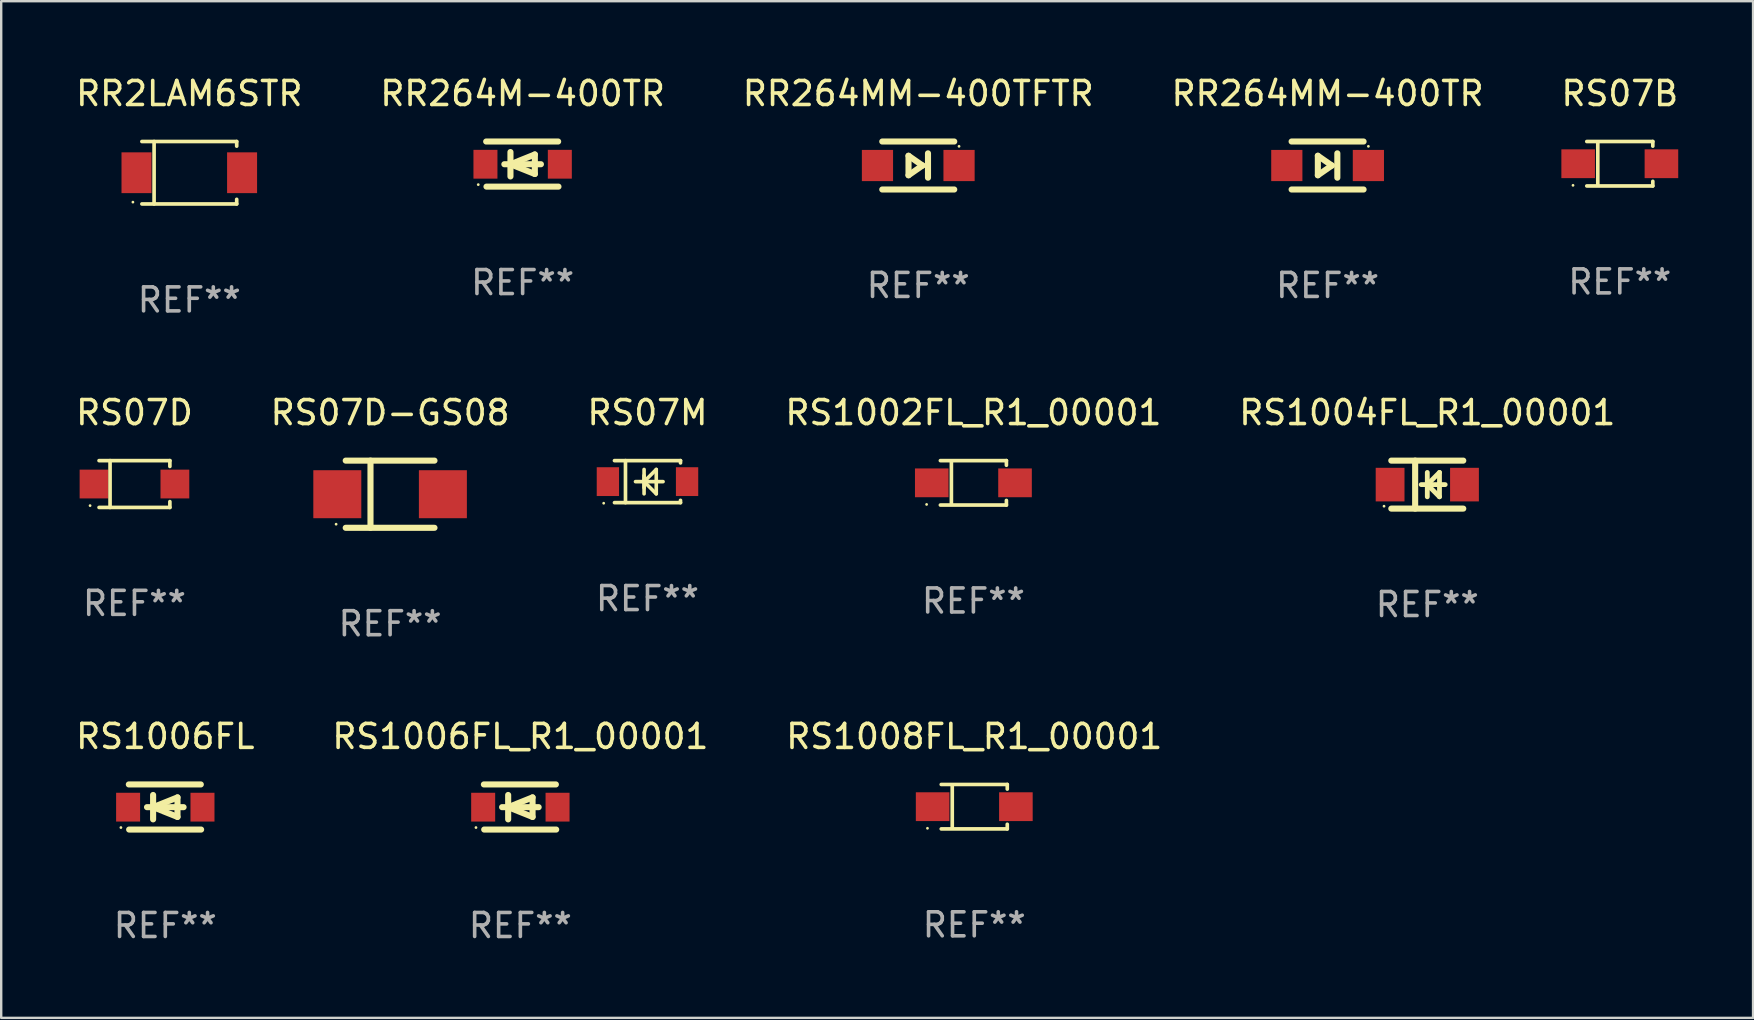
<source format=kicad_pcb>
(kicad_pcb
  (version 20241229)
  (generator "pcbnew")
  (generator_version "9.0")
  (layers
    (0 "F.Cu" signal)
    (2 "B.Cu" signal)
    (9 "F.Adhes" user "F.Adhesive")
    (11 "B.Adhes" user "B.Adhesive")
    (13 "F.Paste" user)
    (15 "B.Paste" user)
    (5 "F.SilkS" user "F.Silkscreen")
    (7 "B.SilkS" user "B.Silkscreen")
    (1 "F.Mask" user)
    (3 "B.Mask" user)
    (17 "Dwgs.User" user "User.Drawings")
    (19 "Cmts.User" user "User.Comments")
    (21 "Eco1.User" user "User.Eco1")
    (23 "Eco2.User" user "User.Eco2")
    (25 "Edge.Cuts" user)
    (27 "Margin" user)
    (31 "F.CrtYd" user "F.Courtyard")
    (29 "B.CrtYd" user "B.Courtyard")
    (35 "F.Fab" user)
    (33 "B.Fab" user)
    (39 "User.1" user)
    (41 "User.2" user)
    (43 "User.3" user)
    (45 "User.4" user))
  (footprint "RS07D-GS08"
    (layer "F.Cu")
    (at 13.208 17.547)
    (property "Reference" "RS07D-GS08" (at 0 -3.4 0) (layer "F.SilkS") (effects (font (size 1 1) (thickness 0.15))))
    (attr through_hole)
    (fp_line (start -1.85 -1.4) (end 1.85 -1.4) (stroke (width 0.254) (type solid)) (layer "F.SilkS"))
    (fp_line (start -1.85 1.4) (end 1.85 1.4) (stroke (width 0.254) (type solid)) (layer "F.SilkS"))
    (fp_line (start -0.817 -1.4) (end -0.817 1.4) (stroke (width 0.254) (type solid)) (layer "F.SilkS"))
    (fp_circle (center -2.25 1.25) (end -2.22 1.25) (stroke (width 0.06) (type solid)) (fill no) (layer "F.SilkS"))
    (fp_text user "REF**" (at 0 5.4 0) (layer "F.Fab") (effects (font (size 1 1) (thickness 0.15))))
    (pad "1" smd rect (at -2.2 -0.000013) (size 2 2) (layers "F.Cu" "F.Mask" "F.Paste"))
    (pad "2" smd rect (at 2.2 -0.000013) (size 2 2) (layers "F.Cu" "F.Mask" "F.Paste")))
  (footprint "RR2LAM6STR"
    (layer "F.Cu")
    (at 4.839 4.149)
    (property "Reference" "RR2LAM6STR" (at 0 -3.301 0) (layer "F.SilkS") (effects (font (size 1 1) (thickness 0.15))))
    (attr through_hole)
    (fp_line (start -1.976 -1.301) (end 1.976 -1.301) (stroke (width 0.152) (type solid)) (layer "F.SilkS"))
    (fp_line (start -1.976 1.301) (end 1.976 1.301) (stroke (width 0.152) (type solid)) (layer "F.SilkS"))
    (fp_line (start -1.467 -1.301) (end -1.467 1.301) (stroke (width 0.152) (type solid)) (layer "F.SilkS"))
    (fp_line (start 1.976 -1.301) (end 1.976 -1.108) (stroke (width 0.152) (type solid)) (layer "F.SilkS"))
    (fp_line (start 1.976 1.301) (end 1.976 1.108) (stroke (width 0.152) (type solid)) (layer "F.SilkS"))
    (fp_circle (center -2.35 1.225) (end -2.32 1.225) (stroke (width 0.06) (type solid)) (fill no) (layer "F.SilkS"))
    (fp_text user "REF**" (at 0 5.301 0) (layer "F.Fab") (effects (font (size 1 1) (thickness 0.15))))
    (pad "1" smd rect (at -2.2 0 180) (size 1.25 1.7) (layers "F.Cu" "F.Mask" "F.Paste"))
    (pad "2" smd rect (at 2.2 0 180) (size 1.25 1.7) (layers "F.Cu" "F.Mask" "F.Paste")))
  (footprint "RS1004FL_R1_00001"
    (layer "F.Cu")
    (at 56.435 17.147)
    (property "Reference" "RS1004FL_R1_00001" (at 0 -3 0) (layer "F.SilkS") (effects (font (size 1 1) (thickness 0.15))))
    (attr through_hole)
    (fp_line (start -1.5 -1) (end 1.5 -1) (stroke (width 0.254) (type solid)) (layer "F.SilkS"))
    (fp_line (start -1.5 1) (end 1.5 1) (stroke (width 0.254) (type solid)) (layer "F.SilkS"))
    (fp_line (start -0.506 -1) (end -0.506 1) (stroke (width 0.254) (type solid)) (layer "F.SilkS"))
    (fp_line (start -0.254 0) (end 0.746 0) (stroke (width 0.2) (type solid)) (layer "F.SilkS"))
    (fp_line (start 0.000102 -0.508) (end 0.000102 0.508) (stroke (width 0.2) (type solid)) (layer "F.SilkS"))
    (fp_line (start 0.000102 0) (end 0.508 -0.508) (stroke (width 0.2) (type solid)) (layer "F.SilkS"))
    (fp_line (start 0.508 -0.508) (end 0.508 0.508) (stroke (width 0.2) (type solid)) (layer "F.SilkS"))
    (fp_line (start 0.508 0.508) (end 0.000102 0) (stroke (width 0.2) (type solid)) (layer "F.SilkS"))
    (fp_circle (center -1.803 0.9) (end -1.773 0.9) (stroke (width 0.06) (type solid)) (fill no) (layer "F.SilkS"))
    (fp_text user "REF**" (at 0 5 0) (layer "F.Fab") (effects (font (size 1 1) (thickness 0.15))))
    (pad "1" smd rect (at -1.55 0) (size 1.2 1.4) (layers "F.Cu" "F.Mask" "F.Paste"))
    (pad "2" smd rect (at 1.55 0) (size 1.2 1.4) (layers "F.Cu" "F.Mask" "F.Paste")))
  (footprint "RS07B"
    (layer "F.Cu")
    (at 64.458 3.774)
    (property "Reference" "RS07B" (at 0 -2.926 0) (layer "F.SilkS") (effects (font (size 1 1) (thickness 0.15))))
    (attr through_hole)
    (fp_line (start -1.376 -0.926) (end 1.376 -0.926) (stroke (width 0.152) (type solid)) (layer "F.SilkS"))
    (fp_line (start -1.376 0.926) (end 1.376 0.926) (stroke (width 0.152) (type solid)) (layer "F.SilkS"))
    (fp_line (start -0.917 -0.876) (end -0.917 0.876) (stroke (width 0.152) (type solid)) (layer "F.SilkS"))
    (fp_line (start 1.376 -0.926) (end 1.376 -0.733) (stroke (width 0.152) (type solid)) (layer "F.SilkS"))
    (fp_line (start 1.376 0.926) (end 1.376 0.733) (stroke (width 0.152) (type solid)) (layer "F.SilkS"))
    (fp_circle (center -1.95 0.9) (end -1.92 0.9) (stroke (width 0.06) (type solid)) (fill no) (layer "F.SilkS"))
    (fp_text user "REF**" (at 0 4.926 0) (layer "F.Fab") (effects (font (size 1 1) (thickness 0.15))))
    (pad "1" smd rect (at -1.735 0) (size 1.4 1.2) (layers "F.Cu" "F.Mask" "F.Paste"))
    (pad "2" smd rect (at 1.735 0) (size 1.4 1.2) (layers "F.Cu" "F.Mask" "F.Paste")))
  (footprint "RS07D"
    (layer "F.Cu")
    (at 2.554 17.123)
    (property "Reference" "RS07D" (at 0 -2.976 0) (layer "F.SilkS") (effects (font (size 1 1) (thickness 0.15))))
    (attr through_hole)
    (fp_line (start -1.476 -0.976) (end 1.476 -0.976) (stroke (width 0.152) (type solid)) (layer "F.SilkS"))
    (fp_line (start -1.476 0.976) (end 1.476 0.976) (stroke (width 0.152) (type solid)) (layer "F.SilkS"))
    (fp_line (start -1.017 -0.976) (end -1.017 0.976) (stroke (width 0.152) (type solid)) (layer "F.SilkS"))
    (fp_line (start 1.476 -0.976) (end 1.476 -0.733) (stroke (width 0.152) (type solid)) (layer "F.SilkS"))
    (fp_line (start 1.476 0.976) (end 1.476 0.733) (stroke (width 0.152) (type solid)) (layer "F.SilkS"))
    (fp_circle (center -1.85 0.9) (end -1.82 0.9) (stroke (width 0.06) (type solid)) (fill no) (layer "F.SilkS"))
    (fp_text user "REF**" (at 0 4.976 0) (layer "F.Fab") (effects (font (size 1 1) (thickness 0.15))))
    (pad "1" smd rect (at -1.685 0) (size 1.2 1.2) (layers "F.Cu" "F.Mask" "F.Paste"))
    (pad "2" smd rect (at 1.685 0) (size 1.2 1.2) (layers "F.Cu" "F.Mask" "F.Paste")))
  (footprint "RS1008FL_R1_00001"
    (layer "F.Cu")
    (at 37.554 30.57)
    (property "Reference" "RS1008FL_R1_00001" (at 0 -2.926 0) (layer "F.SilkS") (effects (font (size 1 1) (thickness 0.15))))
    (attr through_hole)
    (fp_line (start -1.376 -0.926) (end 1.376 -0.926) (stroke (width 0.152) (type solid)) (layer "F.SilkS"))
    (fp_line (start -1.376 0.926) (end 1.376 0.926) (stroke (width 0.152) (type solid)) (layer "F.SilkS"))
    (fp_line (start -0.917 -0.876) (end -0.917 0.876) (stroke (width 0.152) (type solid)) (layer "F.SilkS"))
    (fp_line (start 1.376 -0.926) (end 1.376 -0.733) (stroke (width 0.152) (type solid)) (layer "F.SilkS"))
    (fp_line (start 1.376 0.926) (end 1.376 0.733) (stroke (width 0.152) (type solid)) (layer "F.SilkS"))
    (fp_circle (center -1.95 0.9) (end -1.92 0.9) (stroke (width 0.06) (type solid)) (fill no) (layer "F.SilkS"))
    (fp_text user "REF**" (at 0 4.926 0) (layer "F.Fab") (effects (font (size 1 1) (thickness 0.15))))
    (pad "1" smd rect (at -1.735 0) (size 1.4 1.2) (layers "F.Cu" "F.Mask" "F.Paste"))
    (pad "2" smd rect (at 1.735 0) (size 1.4 1.2) (layers "F.Cu" "F.Mask" "F.Paste")))
  (footprint "RS1002FL_R1_00001"
    (layer "F.Cu")
    (at 37.518 17.073)
    (property "Reference" "RS1002FL_R1_00001" (at 0 -2.926 0) (layer "F.SilkS") (effects (font (size 1 1) (thickness 0.15))))
    (attr through_hole)
    (fp_line (start -1.376 -0.926) (end 1.376 -0.926) (stroke (width 0.152) (type solid)) (layer "F.SilkS"))
    (fp_line (start -1.376 0.926) (end 1.376 0.926) (stroke (width 0.152) (type solid)) (layer "F.SilkS"))
    (fp_line (start -0.917 -0.876) (end -0.917 0.876) (stroke (width 0.152) (type solid)) (layer "F.SilkS"))
    (fp_line (start 1.376 -0.926) (end 1.376 -0.733) (stroke (width 0.152) (type solid)) (layer "F.SilkS"))
    (fp_line (start 1.376 0.926) (end 1.376 0.733) (stroke (width 0.152) (type solid)) (layer "F.SilkS"))
    (fp_circle (center -1.95 0.9) (end -1.92 0.9) (stroke (width 0.06) (type solid)) (fill no) (layer "F.SilkS"))
    (fp_text user "REF**" (at 0 4.926 0) (layer "F.Fab") (effects (font (size 1 1) (thickness 0.15))))
    (pad "1" smd rect (at -1.735 0) (size 1.4 1.2) (layers "F.Cu" "F.Mask" "F.Paste"))
    (pad "2" smd rect (at 1.735 0) (size 1.4 1.2) (layers "F.Cu" "F.Mask" "F.Paste")))
  (footprint "RS1006FL"
    (layer "F.Cu")
    (at 3.839 30.583)
    (property "Reference" "RS1006FL" (at 0 -2.94 0) (layer "F.SilkS") (effects (font (size 1 1) (thickness 0.15))))
    (attr through_hole)
    (fp_line (start -1.52 -0.94) (end 1.48 -0.94) (stroke (width 0.254) (type solid)) (layer "F.SilkS"))
    (fp_line (start -1.507 0.94) (end 1.493 0.94) (stroke (width 0.254) (type solid)) (layer "F.SilkS"))
    (fp_line (start -0.762 0.007) (end 0.762 0.007) (stroke (width 0.254) (type solid)) (layer "F.SilkS"))
    (fp_line (start -0.508 -0.501) (end -0.508 0.515) (stroke (width 0.254) (type solid)) (layer "F.SilkS"))
    (fp_line (start -0.508 0.007) (end 0.508 -0.4) (stroke (width 0.254) (type solid)) (layer "F.SilkS"))
    (fp_line (start 0.508 -0.4) (end 0.508 0.413) (stroke (width 0.254) (type solid)) (layer "F.SilkS"))
    (fp_line (start 0.508 0.413) (end -0.508 0.007) (stroke (width 0.254) (type solid)) (layer "F.SilkS"))
    (fp_circle (center -1.85 0.857) (end -1.82 0.857) (stroke (width 0.06) (type solid)) (fill no) (layer "F.SilkS"))
    (fp_text user "REF**" (at 0 4.94 0) (layer "F.Fab") (effects (font (size 1 1) (thickness 0.15))))
    (pad "1" smd rect (at -1.55 0.007) (size 1 1.2) (layers "F.Cu" "F.Mask" "F.Paste"))
    (pad "2" smd rect (at 1.55 0.007) (size 1 1.2) (layers "F.Cu" "F.Mask" "F.Paste")))
  (footprint "RR264M-400TR"
    (layer "F.Cu")
    (at 18.732 3.788)
    (property "Reference" "RR264M-400TR" (at 0 -2.94 0) (layer "F.SilkS") (effects (font (size 1 1) (thickness 0.15))))
    (attr through_hole)
    (fp_line (start -1.52 -0.94) (end 1.48 -0.94) (stroke (width 0.254) (type solid)) (layer "F.SilkS"))
    (fp_line (start -1.507 0.94) (end 1.493 0.94) (stroke (width 0.254) (type solid)) (layer "F.SilkS"))
    (fp_line (start -0.762 0.007) (end 0.762 0.007) (stroke (width 0.254) (type solid)) (layer "F.SilkS"))
    (fp_line (start -0.508 -0.501) (end -0.508 0.515) (stroke (width 0.254) (type solid)) (layer "F.SilkS"))
    (fp_line (start -0.508 0.007) (end 0.508 -0.4) (stroke (width 0.254) (type solid)) (layer "F.SilkS"))
    (fp_line (start 0.508 -0.4) (end 0.508 0.413) (stroke (width 0.254) (type solid)) (layer "F.SilkS"))
    (fp_line (start 0.508 0.413) (end -0.508 0.007) (stroke (width 0.254) (type solid)) (layer "F.SilkS"))
    (fp_circle (center -1.85 0.857) (end -1.82 0.857) (stroke (width 0.06) (type solid)) (fill no) (layer "F.SilkS"))
    (fp_text user "REF**" (at 0 4.94 0) (layer "F.Fab") (effects (font (size 1 1) (thickness 0.15))))
    (pad "1" smd rect (at -1.55 0.007) (size 1 1.2) (layers "F.Cu" "F.Mask" "F.Paste"))
    (pad "2" smd rect (at 1.55 0.007) (size 1 1.2) (layers "F.Cu" "F.Mask" "F.Paste")))
  (footprint "RS07M"
    (layer "F.Cu")
    (at 23.935 17.023)
    (property "Reference" "RS07M" (at 0 -2.876 0) (layer "F.SilkS") (effects (font (size 1 1) (thickness 0.15))))
    (attr through_hole)
    (fp_line (start -1.376 -0.876) (end 1.376 -0.876) (stroke (width 0.152) (type solid)) (layer "F.SilkS"))
    (fp_line (start -1.376 0.876) (end 1.376 0.876) (stroke (width 0.152) (type solid)) (layer "F.SilkS"))
    (fp_line (start -0.917 -0.876) (end -0.917 0.876) (stroke (width 0.152) (type solid)) (layer "F.SilkS"))
    (fp_line (start -0.5 -0.000102) (end 0.65 -0.000102) (stroke (width 0.15) (type solid)) (layer "F.SilkS"))
    (fp_line (start -0.142 -0.508) (end -0.142 0.508) (stroke (width 0.15) (type solid)) (layer "F.SilkS"))
    (fp_line (start -0.142 -0.000102) (end 0.366 -0.508) (stroke (width 0.15) (type solid)) (layer "F.SilkS"))
    (fp_line (start -0.142 -0.000102) (end 0.366 0.508) (stroke (width 0.15) (type solid)) (layer "F.SilkS"))
    (fp_line (start -0.142 0.254) (end -0.142 -0.254) (stroke (width 0.15) (type solid)) (layer "F.SilkS"))
    (fp_line (start 0.366 0.508) (end 0.366 -0.508) (stroke (width 0.15) (type solid)) (layer "F.SilkS"))
    (fp_line (start 1.376 -0.876) (end 1.376 -0.78) (stroke (width 0.152) (type solid)) (layer "F.SilkS"))
    (fp_line (start 1.376 0.78) (end 1.376 0.876) (stroke (width 0.152) (type solid)) (layer "F.SilkS"))
    (fp_circle (center -1.825 0.9) (end -1.795 0.9) (stroke (width 0.06) (type solid)) (fill no) (layer "F.SilkS"))
    (fp_text user "REF**" (at 0 4.876 0) (layer "F.Fab") (effects (font (size 1 1) (thickness 0.15))))
    (pad "1" smd rect (at -1.65 -0.000102 180) (size 0.93 1.2) (layers "F.Cu" "F.Mask" "F.Paste"))
    (pad "2" smd rect (at 1.65 -0.000102 180) (size 0.93 1.2) (layers "F.Cu" "F.Mask" "F.Paste")))
  (footprint "RR264MM-400TR"
    (layer "F.Cu")
    (at 52.28 3.848)
    (property "Reference" "RR264MM-400TR" (at 0 -3 0) (layer "F.SilkS") (effects (font (size 1 1) (thickness 0.15))))
    (attr through_hole)
    (fp_line (start -1.5 -1) (end 1.5 -1) (stroke (width 0.254) (type solid)) (layer "F.SilkS"))
    (fp_line (start -0.406 -0.406) (end 0.178 0) (stroke (width 0.254) (type solid)) (layer "F.SilkS"))
    (fp_line (start -0.406 0.406) (end -0.406 -0.406) (stroke (width 0.254) (type solid)) (layer "F.SilkS"))
    (fp_line (start 0.178 0) (end -0.406 0.406) (stroke (width 0.254) (type solid)) (layer "F.SilkS"))
    (fp_line (start 0.406 0.508) (end 0.406 -0.508) (stroke (width 0.254) (type solid)) (layer "F.SilkS"))
    (fp_line (start 1.5 1) (end -1.5 1) (stroke (width 0.254) (type solid)) (layer "F.SilkS"))
    (fp_circle (center 1.7 -0.8) (end 1.73 -0.8) (stroke (width 0.06) (type solid)) (fill no) (layer "F.SilkS"))
    (fp_text user "REF**" (at 0 5 0) (layer "F.Fab") (effects (font (size 1 1) (thickness 0.15))))
    (pad "1" smd rect (at 1.7 0 180) (size 1.3 1.3) (layers "F.Cu" "F.Mask" "F.Paste"))
    (pad "2" smd rect (at -1.7 0 180) (size 1.3 1.3) (layers "F.Cu" "F.Mask" "F.Paste")))
  (footprint "RS1006FL_R1_00001"
    (layer "F.Cu")
    (at 18.637 30.583)
    (property "Reference" "RS1006FL_R1_00001" (at 0 -2.94 0) (layer "F.SilkS") (effects (font (size 1 1) (thickness 0.15))))
    (attr through_hole)
    (fp_line (start -1.52 -0.94) (end 1.48 -0.94) (stroke (width 0.254) (type solid)) (layer "F.SilkS"))
    (fp_line (start -1.507 0.94) (end 1.493 0.94) (stroke (width 0.254) (type solid)) (layer "F.SilkS"))
    (fp_line (start -0.762 0.007) (end 0.762 0.007) (stroke (width 0.254) (type solid)) (layer "F.SilkS"))
    (fp_line (start -0.508 -0.501) (end -0.508 0.515) (stroke (width 0.254) (type solid)) (layer "F.SilkS"))
    (fp_line (start -0.508 0.007) (end 0.508 -0.4) (stroke (width 0.254) (type solid)) (layer "F.SilkS"))
    (fp_line (start 0.508 -0.4) (end 0.508 0.413) (stroke (width 0.254) (type solid)) (layer "F.SilkS"))
    (fp_line (start 0.508 0.413) (end -0.508 0.007) (stroke (width 0.254) (type solid)) (layer "F.SilkS"))
    (fp_circle (center -1.85 0.857) (end -1.82 0.857) (stroke (width 0.06) (type solid)) (fill no) (layer "F.SilkS"))
    (fp_text user "REF**" (at 0 4.94 0) (layer "F.Fab") (effects (font (size 1 1) (thickness 0.15))))
    (pad "1" smd rect (at -1.55 0.007) (size 1 1.2) (layers "F.Cu" "F.Mask" "F.Paste"))
    (pad "2" smd rect (at 1.55 0.007) (size 1 1.2) (layers "F.Cu" "F.Mask" "F.Paste")))
  (footprint "RR264MM-400TFTR"
    (layer "F.Cu")
    (at 35.22 3.848)
    (property "Reference" "RR264MM-400TFTR" (at 0 -3 0) (layer "F.SilkS") (effects (font (size 1 1) (thickness 0.15))))
    (attr through_hole)
    (fp_line (start -1.5 -1) (end 1.5 -1) (stroke (width 0.254) (type solid)) (layer "F.SilkS"))
    (fp_line (start -0.406 -0.406) (end 0.178 0) (stroke (width 0.254) (type solid)) (layer "F.SilkS"))
    (fp_line (start -0.406 0.406) (end -0.406 -0.406) (stroke (width 0.254) (type solid)) (layer "F.SilkS"))
    (fp_line (start 0.178 0) (end -0.406 0.406) (stroke (width 0.254) (type solid)) (layer "F.SilkS"))
    (fp_line (start 0.406 0.508) (end 0.406 -0.508) (stroke (width 0.254) (type solid)) (layer "F.SilkS"))
    (fp_line (start 1.5 1) (end -1.5 1) (stroke (width 0.254) (type solid)) (layer "F.SilkS"))
    (fp_circle (center 1.7 -0.8) (end 1.73 -0.8) (stroke (width 0.06) (type solid)) (fill no) (layer "F.SilkS"))
    (fp_text user "REF**" (at 0 5 0) (layer "F.Fab") (effects (font (size 1 1) (thickness 0.15))))
    (pad "1" smd rect (at 1.7 0 180) (size 1.3 1.3) (layers "F.Cu" "F.Mask" "F.Paste"))
    (pad "2" smd rect (at -1.7 0 180) (size 1.3 1.3) (layers "F.Cu" "F.Mask" "F.Paste")))
  (gr_rect
    (start -3 -3)
    (end 70.012 39.372)
    (stroke (width 0.1) (type default))
    (fill no)
    (layer "Edge.Cuts")))
</source>
